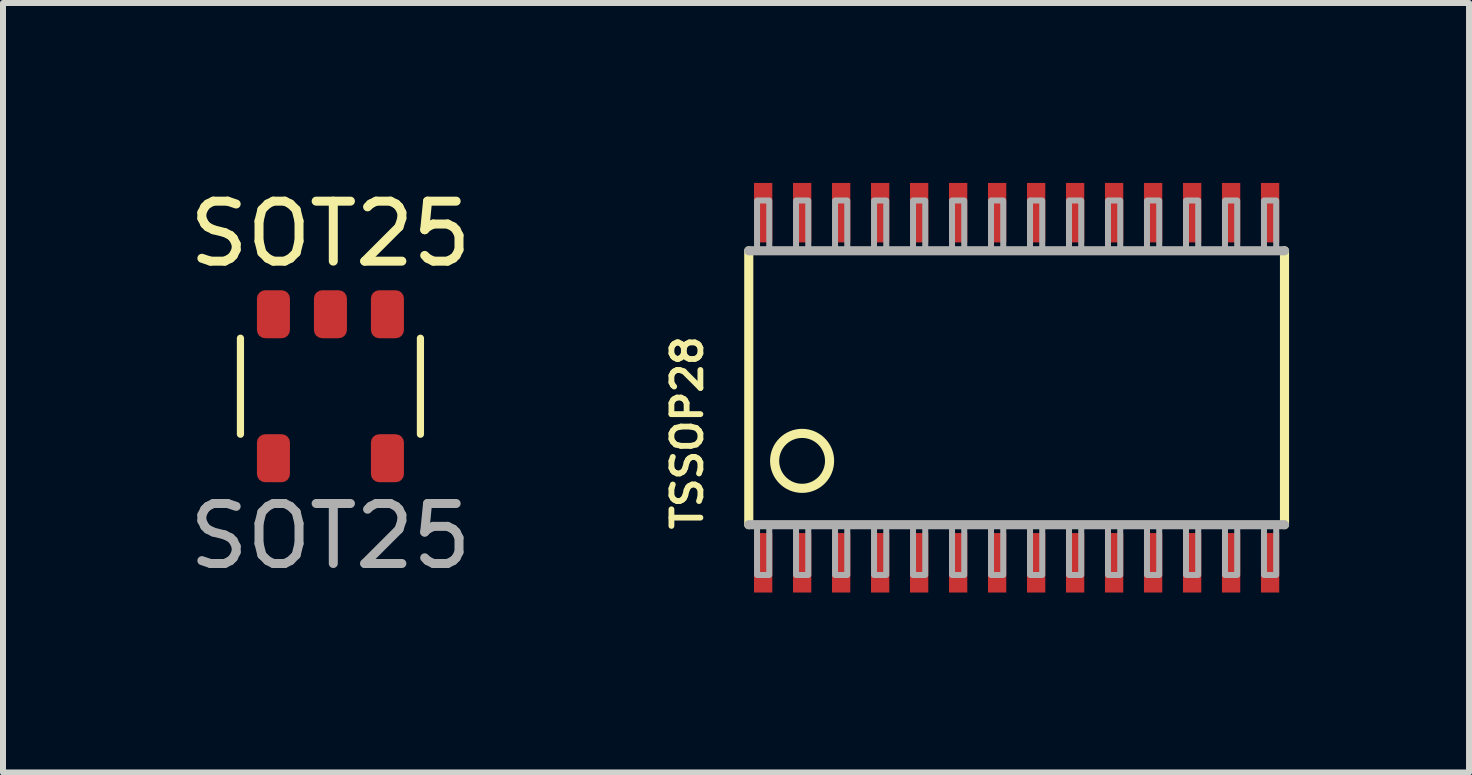
<source format=kicad_pcb>
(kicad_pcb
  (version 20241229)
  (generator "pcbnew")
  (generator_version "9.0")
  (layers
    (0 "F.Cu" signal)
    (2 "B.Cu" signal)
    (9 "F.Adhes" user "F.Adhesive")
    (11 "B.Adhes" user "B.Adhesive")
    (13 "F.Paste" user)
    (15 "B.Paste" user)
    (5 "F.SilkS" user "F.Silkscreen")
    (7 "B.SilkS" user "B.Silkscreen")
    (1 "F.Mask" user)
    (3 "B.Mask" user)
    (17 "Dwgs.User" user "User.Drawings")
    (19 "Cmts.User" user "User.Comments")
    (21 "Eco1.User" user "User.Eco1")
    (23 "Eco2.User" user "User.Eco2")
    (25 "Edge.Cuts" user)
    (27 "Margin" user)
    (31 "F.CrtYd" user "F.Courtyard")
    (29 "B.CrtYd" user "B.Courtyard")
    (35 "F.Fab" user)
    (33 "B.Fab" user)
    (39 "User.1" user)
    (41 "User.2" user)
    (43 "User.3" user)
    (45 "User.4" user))
  (footprint "TSSOP28"
    (layer "F.Cu")
    (at 13.896 3.413)
    (property "Reference" "TSSOP28" (at -5.207 2.413 270) (layer "F.SilkS") (effects (font (size 0.483 0.483) (thickness 0.097)) (justify left bottom)))
    (attr through_hole)
    (fp_line (start -4.465 2.283) (end -4.465 -2.283) (stroke (width 0.152) (type solid)) (layer "F.SilkS"))
    (fp_line (start 4.465 -2.283) (end 4.465 2.283) (stroke (width 0.152) (type solid)) (layer "F.SilkS"))
    (fp_circle (center -3.576 1.219) (end -3.118 1.219) (stroke (width 0.152) (type solid)) (fill no) (layer "F.SilkS"))
    (fp_line (start -4.465 2.283) (end 4.465 2.283) (stroke (width 0.152) (type solid)) (layer "F.Fab"))
    (fp_line (start 4.465 -2.283) (end -4.465 -2.283) (stroke (width 0.152) (type solid)) (layer "F.Fab"))
    (fp_poly (pts (xy -4.327 -2.283) (xy -4.123 -2.283) (xy -4.123 -3.121) (xy -4.327 -3.121)) (stroke (width 0.1) (type solid)) (fill no) (layer "F.Fab"))
    (fp_poly (pts (xy -4.327 3.121) (xy -4.123 3.121) (xy -4.123 2.283) (xy -4.327 2.283)) (stroke (width 0.1) (type solid)) (fill no) (layer "F.Fab"))
    (fp_poly (pts (xy -3.677 -2.283) (xy -3.473 -2.283) (xy -3.473 -3.121) (xy -3.677 -3.121)) (stroke (width 0.1) (type solid)) (fill no) (layer "F.Fab"))
    (fp_poly (pts (xy -3.677 3.121) (xy -3.473 3.121) (xy -3.473 2.283) (xy -3.677 2.283)) (stroke (width 0.1) (type solid)) (fill no) (layer "F.Fab"))
    (fp_poly (pts (xy -3.027 -2.283) (xy -2.823 -2.283) (xy -2.823 -3.121) (xy -3.027 -3.121)) (stroke (width 0.1) (type solid)) (fill no) (layer "F.Fab"))
    (fp_poly (pts (xy -3.027 3.121) (xy -2.823 3.121) (xy -2.823 2.283) (xy -3.027 2.283)) (stroke (width 0.1) (type solid)) (fill no) (layer "F.Fab"))
    (fp_poly (pts (xy -2.377 -2.283) (xy -2.173 -2.283) (xy -2.173 -3.121) (xy -2.377 -3.121)) (stroke (width 0.1) (type solid)) (fill no) (layer "F.Fab"))
    (fp_poly (pts (xy -2.377 3.121) (xy -2.173 3.121) (xy -2.173 2.283) (xy -2.377 2.283)) (stroke (width 0.1) (type solid)) (fill no) (layer "F.Fab"))
    (fp_poly (pts (xy -1.727 -2.283) (xy -1.523 -2.283) (xy -1.523 -3.121) (xy -1.727 -3.121)) (stroke (width 0.1) (type solid)) (fill no) (layer "F.Fab"))
    (fp_poly (pts (xy -1.727 3.121) (xy -1.523 3.121) (xy -1.523 2.283) (xy -1.727 2.283)) (stroke (width 0.1) (type solid)) (fill no) (layer "F.Fab"))
    (fp_poly (pts (xy -1.077 -2.283) (xy -0.873 -2.283) (xy -0.873 -3.121) (xy -1.077 -3.121)) (stroke (width 0.1) (type solid)) (fill no) (layer "F.Fab"))
    (fp_poly (pts (xy -1.077 3.121) (xy -0.873 3.121) (xy -0.873 2.283) (xy -1.077 2.283)) (stroke (width 0.1) (type solid)) (fill no) (layer "F.Fab"))
    (fp_poly (pts (xy -0.427 -2.283) (xy -0.223 -2.283) (xy -0.223 -3.121) (xy -0.427 -3.121)) (stroke (width 0.1) (type solid)) (fill no) (layer "F.Fab"))
    (fp_poly (pts (xy -0.427 3.121) (xy -0.223 3.121) (xy -0.223 2.283) (xy -0.427 2.283)) (stroke (width 0.1) (type solid)) (fill no) (layer "F.Fab"))
    (fp_poly (pts (xy 0.223 -2.283) (xy 0.427 -2.283) (xy 0.427 -3.121) (xy 0.223 -3.121)) (stroke (width 0.1) (type solid)) (fill no) (layer "F.Fab"))
    (fp_poly (pts (xy 0.223 3.121) (xy 0.427 3.121) (xy 0.427 2.283) (xy 0.223 2.283)) (stroke (width 0.1) (type solid)) (fill no) (layer "F.Fab"))
    (fp_poly (pts (xy 0.873 -2.283) (xy 1.077 -2.283) (xy 1.077 -3.121) (xy 0.873 -3.121)) (stroke (width 0.1) (type solid)) (fill no) (layer "F.Fab"))
    (fp_poly (pts (xy 0.873 3.121) (xy 1.077 3.121) (xy 1.077 2.283) (xy 0.873 2.283)) (stroke (width 0.1) (type solid)) (fill no) (layer "F.Fab"))
    (fp_poly (pts (xy 1.523 -2.283) (xy 1.727 -2.283) (xy 1.727 -3.121) (xy 1.523 -3.121)) (stroke (width 0.1) (type solid)) (fill no) (layer "F.Fab"))
    (fp_poly (pts (xy 1.523 3.121) (xy 1.727 3.121) (xy 1.727 2.283) (xy 1.523 2.283)) (stroke (width 0.1) (type solid)) (fill no) (layer "F.Fab"))
    (fp_poly (pts (xy 2.173 -2.283) (xy 2.377 -2.283) (xy 2.377 -3.121) (xy 2.173 -3.121)) (stroke (width 0.1) (type solid)) (fill no) (layer "F.Fab"))
    (fp_poly (pts (xy 2.173 3.121) (xy 2.377 3.121) (xy 2.377 2.283) (xy 2.173 2.283)) (stroke (width 0.1) (type solid)) (fill no) (layer "F.Fab"))
    (fp_poly (pts (xy 2.823 -2.283) (xy 3.027 -2.283) (xy 3.027 -3.121) (xy 2.823 -3.121)) (stroke (width 0.1) (type solid)) (fill no) (layer "F.Fab"))
    (fp_poly (pts (xy 2.823 3.121) (xy 3.027 3.121) (xy 3.027 2.283) (xy 2.823 2.283)) (stroke (width 0.1) (type solid)) (fill no) (layer "F.Fab"))
    (fp_poly (pts (xy 3.473 -2.283) (xy 3.677 -2.283) (xy 3.677 -3.121) (xy 3.473 -3.121)) (stroke (width 0.1) (type solid)) (fill no) (layer "F.Fab"))
    (fp_poly (pts (xy 3.473 3.121) (xy 3.677 3.121) (xy 3.677 2.283) (xy 3.473 2.283)) (stroke (width 0.1) (type solid)) (fill no) (layer "F.Fab"))
    (fp_poly (pts (xy 4.123 -2.283) (xy 4.327 -2.283) (xy 4.327 -3.121) (xy 4.123 -3.121)) (stroke (width 0.1) (type solid)) (fill no) (layer "F.Fab"))
    (fp_poly (pts (xy 4.123 3.121) (xy 4.327 3.121) (xy 4.327 2.283) (xy 4.123 2.283)) (stroke (width 0.1) (type solid)) (fill no) (layer "F.Fab"))
    (pad "1" smd rect (at -4.225 2.918) (size 0.305 0.991) (layers "F.Cu" "F.Mask" "F.Paste"))
    (pad "2" smd rect (at -3.575 2.918) (size 0.305 0.991) (layers "F.Cu" "F.Mask" "F.Paste"))
    (pad "3" smd rect (at -2.925 2.918) (size 0.305 0.991) (layers "F.Cu" "F.Mask" "F.Paste"))
    (pad "4" smd rect (at -2.275 2.918) (size 0.305 0.991) (layers "F.Cu" "F.Mask" "F.Paste"))
    (pad "5" smd rect (at -1.625 2.918) (size 0.305 0.991) (layers "F.Cu" "F.Mask" "F.Paste"))
    (pad "6" smd rect (at -0.975 2.918) (size 0.305 0.991) (layers "F.Cu" "F.Mask" "F.Paste"))
    (pad "7" smd rect (at -0.325 2.918) (size 0.305 0.991) (layers "F.Cu" "F.Mask" "F.Paste"))
    (pad "8" smd rect (at 0.325 2.918) (size 0.305 0.991) (layers "F.Cu" "F.Mask" "F.Paste"))
    (pad "9" smd rect (at 0.975 2.918) (size 0.305 0.991) (layers "F.Cu" "F.Mask" "F.Paste"))
    (pad "10" smd rect (at 1.625 2.918) (size 0.305 0.991) (layers "F.Cu" "F.Mask" "F.Paste"))
    (pad "11" smd rect (at 2.275 2.918) (size 0.305 0.991) (layers "F.Cu" "F.Mask" "F.Paste"))
    (pad "12" smd rect (at 2.925 2.918) (size 0.305 0.991) (layers "F.Cu" "F.Mask" "F.Paste"))
    (pad "13" smd rect (at 3.575 2.918) (size 0.305 0.991) (layers "F.Cu" "F.Mask" "F.Paste"))
    (pad "14" smd rect (at 4.225 2.918) (size 0.305 0.991) (layers "F.Cu" "F.Mask" "F.Paste"))
    (pad "15" smd rect (at 4.225 -2.918) (size 0.305 0.991) (layers "F.Cu" "F.Mask" "F.Paste"))
    (pad "16" smd rect (at 3.575 -2.918) (size 0.305 0.991) (layers "F.Cu" "F.Mask" "F.Paste"))
    (pad "17" smd rect (at 2.925 -2.918) (size 0.305 0.991) (layers "F.Cu" "F.Mask" "F.Paste"))
    (pad "18" smd rect (at 2.275 -2.918) (size 0.305 0.991) (layers "F.Cu" "F.Mask" "F.Paste"))
    (pad "19" smd rect (at 1.625 -2.918) (size 0.305 0.991) (layers "F.Cu" "F.Mask" "F.Paste"))
    (pad "20" smd rect (at 0.975 -2.918) (size 0.305 0.991) (layers "F.Cu" "F.Mask" "F.Paste"))
    (pad "21" smd rect (at 0.325 -2.918) (size 0.305 0.991) (layers "F.Cu" "F.Mask" "F.Paste"))
    (pad "22" smd rect (at -0.325 -2.918) (size 0.305 0.991) (layers "F.Cu" "F.Mask" "F.Paste"))
    (pad "23" smd rect (at -0.975 -2.918) (size 0.305 0.991) (layers "F.Cu" "F.Mask" "F.Paste"))
    (pad "24" smd rect (at -1.625 -2.918) (size 0.305 0.991) (layers "F.Cu" "F.Mask" "F.Paste"))
    (pad "25" smd rect (at -2.275 -2.918) (size 0.305 0.991) (layers "F.Cu" "F.Mask" "F.Paste"))
    (pad "26" smd rect (at -2.925 -2.918) (size 0.305 0.991) (layers "F.Cu" "F.Mask" "F.Paste"))
    (pad "27" smd rect (at -3.575 -2.918) (size 0.305 0.991) (layers "F.Cu" "F.Mask" "F.Paste"))
    (pad "28" smd rect (at -4.225 -2.918) (size 0.305 0.991) (layers "F.Cu" "F.Mask" "F.Paste")))
  (footprint "SOT25"
    (layer "F.Cu")
    (at 2.458 3.388)
    (property "Reference" "SOT25" (at 0 -2.54 0) (unlocked yes) (layer "F.SilkS") (effects (font (size 1 1) (thickness 0.15))))
    (attr smd)
    (fp_line (start -1.5 -0.8) (end -1.5 0.8) (stroke (width 0.12) (type solid)) (layer "F.SilkS"))
    (fp_line (start 1.5 -0.8) (end 1.5 0.8) (stroke (width 0.12) (type solid)) (layer "F.SilkS"))
    (fp_text user "${REFERENCE}" (at 0 2.5 0) (unlocked yes) (layer "F.Fab") (effects (font (size 1 1) (thickness 0.15))))
    (pad "1" smd roundrect (at 0.95 -1.2) (size 0.55 0.8) (layers "F.Cu" "F.Mask" "F.Paste") (roundrect_rratio 0.25))
    (pad "2" smd roundrect (at 0 -1.2) (size 0.55 0.8) (layers "F.Cu" "F.Mask" "F.Paste") (roundrect_rratio 0.25))
    (pad "3" smd roundrect (at -0.95 -1.2) (size 0.55 0.8) (layers "F.Cu" "F.Mask" "F.Paste") (roundrect_rratio 0.25))
    (pad "4" smd roundrect (at -0.95 1.2) (size 0.55 0.8) (layers "F.Cu" "F.Mask" "F.Paste") (roundrect_rratio 0.25))
    (pad "5" smd roundrect (at 0.95 1.2) (size 0.55 0.8) (layers "F.Cu" "F.Mask" "F.Paste") (roundrect_rratio 0.25)))
  (gr_rect
    (start -3 -3)
    (end 21.437 9.826)
    (stroke (width 0.1) (type default))
    (fill no)
    (layer "Edge.Cuts")))
</source>
